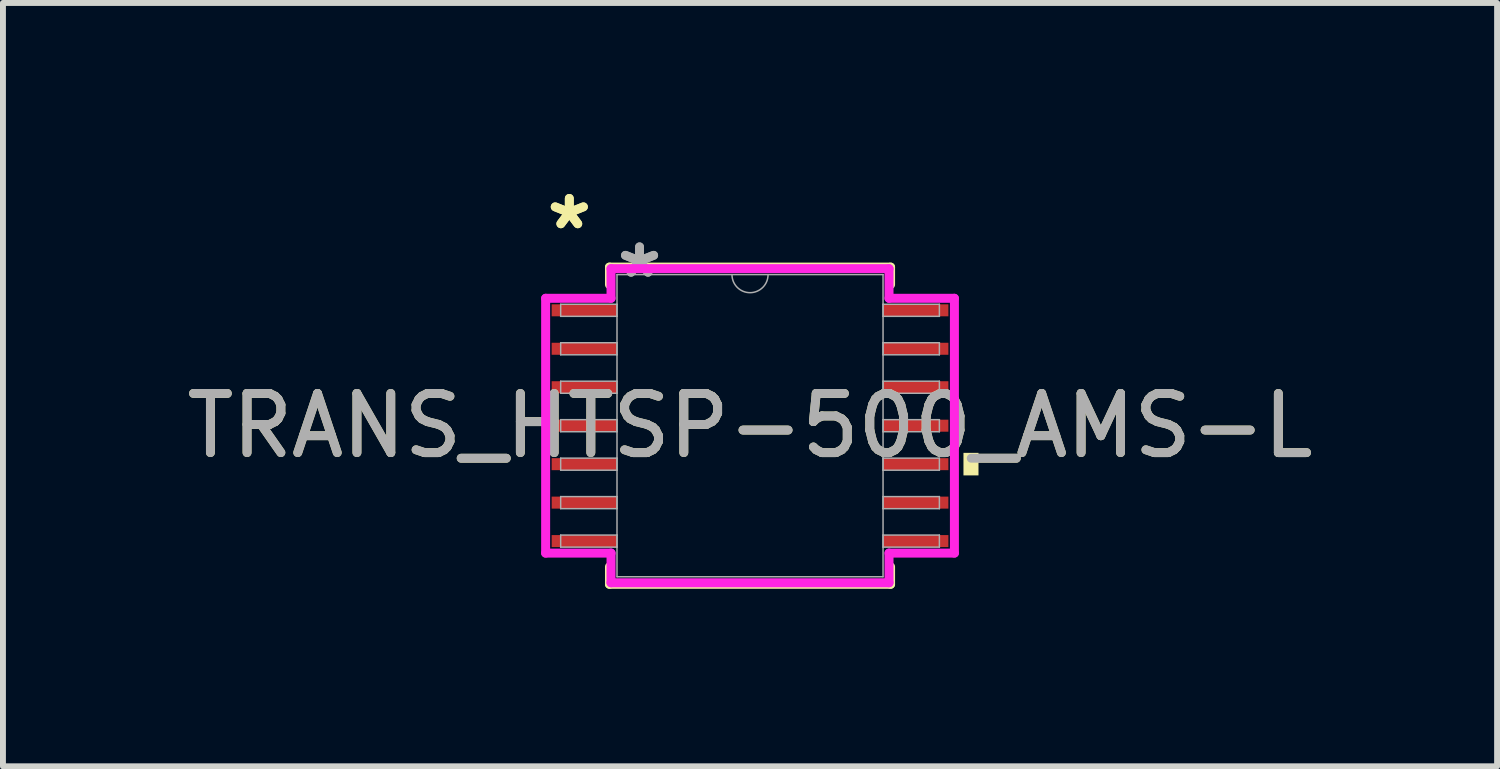
<source format=kicad_pcb>
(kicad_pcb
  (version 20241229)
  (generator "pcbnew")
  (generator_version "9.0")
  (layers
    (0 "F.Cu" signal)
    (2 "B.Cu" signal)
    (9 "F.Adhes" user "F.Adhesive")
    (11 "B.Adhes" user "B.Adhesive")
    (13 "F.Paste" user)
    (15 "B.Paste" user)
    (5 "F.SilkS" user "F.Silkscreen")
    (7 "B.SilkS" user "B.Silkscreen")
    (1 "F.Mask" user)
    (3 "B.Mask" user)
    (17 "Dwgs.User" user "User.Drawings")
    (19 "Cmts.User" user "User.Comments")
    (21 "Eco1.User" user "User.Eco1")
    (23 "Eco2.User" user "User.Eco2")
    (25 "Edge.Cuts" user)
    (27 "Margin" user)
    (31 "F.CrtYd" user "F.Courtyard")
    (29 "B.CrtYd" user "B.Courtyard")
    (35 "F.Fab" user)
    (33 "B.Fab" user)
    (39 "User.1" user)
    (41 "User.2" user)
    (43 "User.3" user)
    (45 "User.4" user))
  (footprint "TRANS_HTSP-500_AMS-L"
    (layer "F.Cu")
    (at 9.625 4.144)
    (property "Reference" "TRANS_HTSP-500_AMS-L" (at 0 0 0) (unlocked yes) (layer "F.SilkS") (effects (font (size 1 1) (thickness 0.15))))
    (attr smd)
    (fp_line (start -2.375 -2.68) (end -2.375 -2.384) (stroke (width 0.152) (type solid)) (layer "F.SilkS"))
    (fp_line (start -2.375 2.384) (end -2.375 2.68) (stroke (width 0.152) (type solid)) (layer "F.SilkS"))
    (fp_line (start -2.375 2.68) (end 2.375 2.68) (stroke (width 0.152) (type solid)) (layer "F.SilkS"))
    (fp_line (start 2.375 -2.68) (end -2.375 -2.68) (stroke (width 0.152) (type solid)) (layer "F.SilkS"))
    (fp_line (start 2.375 -2.384) (end 2.375 -2.68) (stroke (width 0.152) (type solid)) (layer "F.SilkS"))
    (fp_line (start 2.375 2.68) (end 2.375 2.384) (stroke (width 0.152) (type solid)) (layer "F.SilkS"))
    (fp_poly (pts (xy 3.861 0.459) (xy 3.861 0.84) (xy 3.607 0.84) (xy 3.607 0.459)) (stroke (width 0) (type solid)) (fill yes) (layer "F.SilkS"))
    (fp_line (start -3.454 -2.153) (end -2.349 -2.153) (stroke (width 0.152) (type solid)) (layer "F.CrtYd"))
    (fp_line (start -3.454 2.153) (end -3.454 -2.153) (stroke (width 0.152) (type solid)) (layer "F.CrtYd"))
    (fp_line (start -3.454 2.153) (end -2.349 2.153) (stroke (width 0.152) (type solid)) (layer "F.CrtYd"))
    (fp_line (start -2.349 -2.654) (end 2.349 -2.654) (stroke (width 0.152) (type solid)) (layer "F.CrtYd"))
    (fp_line (start -2.349 -2.153) (end -2.349 -2.654) (stroke (width 0.152) (type solid)) (layer "F.CrtYd"))
    (fp_line (start -2.349 2.654) (end -2.349 2.153) (stroke (width 0.152) (type solid)) (layer "F.CrtYd"))
    (fp_line (start 2.349 -2.654) (end 2.349 -2.153) (stroke (width 0.152) (type solid)) (layer "F.CrtYd"))
    (fp_line (start 2.349 2.153) (end 2.349 2.654) (stroke (width 0.152) (type solid)) (layer "F.CrtYd"))
    (fp_line (start 2.349 2.654) (end -2.349 2.654) (stroke (width 0.152) (type solid)) (layer "F.CrtYd"))
    (fp_line (start 3.454 -2.153) (end 2.349 -2.153) (stroke (width 0.152) (type solid)) (layer "F.CrtYd"))
    (fp_line (start 3.454 -2.153) (end 3.454 2.153) (stroke (width 0.152) (type solid)) (layer "F.CrtYd"))
    (fp_line (start 3.454 2.153) (end 2.349 2.153) (stroke (width 0.152) (type solid)) (layer "F.CrtYd"))
    (fp_line (start -3.2 -2.052) (end -3.2 -1.848) (stroke (width 0.025) (type solid)) (layer "F.Fab"))
    (fp_line (start -3.2 -1.848) (end -2.248 -1.848) (stroke (width 0.025) (type solid)) (layer "F.Fab"))
    (fp_line (start -3.2 -1.402) (end -3.2 -1.198) (stroke (width 0.025) (type solid)) (layer "F.Fab"))
    (fp_line (start -3.2 -1.198) (end -2.248 -1.198) (stroke (width 0.025) (type solid)) (layer "F.Fab"))
    (fp_line (start -3.2 -0.752) (end -3.2 -0.548) (stroke (width 0.025) (type solid)) (layer "F.Fab"))
    (fp_line (start -3.2 -0.548) (end -2.248 -0.548) (stroke (width 0.025) (type solid)) (layer "F.Fab"))
    (fp_line (start -3.2 -0.102) (end -3.2 0.102) (stroke (width 0.025) (type solid)) (layer "F.Fab"))
    (fp_line (start -3.2 0.102) (end -2.248 0.102) (stroke (width 0.025) (type solid)) (layer "F.Fab"))
    (fp_line (start -3.2 0.548) (end -3.2 0.752) (stroke (width 0.025) (type solid)) (layer "F.Fab"))
    (fp_line (start -3.2 0.752) (end -2.248 0.752) (stroke (width 0.025) (type solid)) (layer "F.Fab"))
    (fp_line (start -3.2 1.198) (end -3.2 1.402) (stroke (width 0.025) (type solid)) (layer "F.Fab"))
    (fp_line (start -3.2 1.402) (end -2.248 1.402) (stroke (width 0.025) (type solid)) (layer "F.Fab"))
    (fp_line (start -3.2 1.848) (end -3.2 2.052) (stroke (width 0.025) (type solid)) (layer "F.Fab"))
    (fp_line (start -3.2 2.052) (end -2.248 2.052) (stroke (width 0.025) (type solid)) (layer "F.Fab"))
    (fp_line (start -2.248 -2.553) (end -2.248 2.553) (stroke (width 0.025) (type solid)) (layer "F.Fab"))
    (fp_line (start -2.248 -2.052) (end -3.2 -2.052) (stroke (width 0.025) (type solid)) (layer "F.Fab"))
    (fp_line (start -2.248 -1.848) (end -2.248 -2.052) (stroke (width 0.025) (type solid)) (layer "F.Fab"))
    (fp_line (start -2.248 -1.402) (end -3.2 -1.402) (stroke (width 0.025) (type solid)) (layer "F.Fab"))
    (fp_line (start -2.248 -1.198) (end -2.248 -1.402) (stroke (width 0.025) (type solid)) (layer "F.Fab"))
    (fp_line (start -2.248 -0.752) (end -3.2 -0.752) (stroke (width 0.025) (type solid)) (layer "F.Fab"))
    (fp_line (start -2.248 -0.548) (end -2.248 -0.752) (stroke (width 0.025) (type solid)) (layer "F.Fab"))
    (fp_line (start -2.248 -0.102) (end -3.2 -0.102) (stroke (width 0.025) (type solid)) (layer "F.Fab"))
    (fp_line (start -2.248 0.102) (end -2.248 -0.102) (stroke (width 0.025) (type solid)) (layer "F.Fab"))
    (fp_line (start -2.248 0.548) (end -3.2 0.548) (stroke (width 0.025) (type solid)) (layer "F.Fab"))
    (fp_line (start -2.248 0.752) (end -2.248 0.548) (stroke (width 0.025) (type solid)) (layer "F.Fab"))
    (fp_line (start -2.248 1.198) (end -3.2 1.198) (stroke (width 0.025) (type solid)) (layer "F.Fab"))
    (fp_line (start -2.248 1.402) (end -2.248 1.198) (stroke (width 0.025) (type solid)) (layer "F.Fab"))
    (fp_line (start -2.248 1.848) (end -3.2 1.848) (stroke (width 0.025) (type solid)) (layer "F.Fab"))
    (fp_line (start -2.248 2.052) (end -2.248 1.848) (stroke (width 0.025) (type solid)) (layer "F.Fab"))
    (fp_line (start -2.248 2.553) (end 2.248 2.553) (stroke (width 0.025) (type solid)) (layer "F.Fab"))
    (fp_line (start 2.248 -2.553) (end -2.248 -2.553) (stroke (width 0.025) (type solid)) (layer "F.Fab"))
    (fp_line (start 2.248 -2.052) (end 2.248 -1.848) (stroke (width 0.025) (type solid)) (layer "F.Fab"))
    (fp_line (start 2.248 -1.848) (end 3.2 -1.848) (stroke (width 0.025) (type solid)) (layer "F.Fab"))
    (fp_line (start 2.248 -1.402) (end 2.248 -1.198) (stroke (width 0.025) (type solid)) (layer "F.Fab"))
    (fp_line (start 2.248 -1.198) (end 3.2 -1.198) (stroke (width 0.025) (type solid)) (layer "F.Fab"))
    (fp_line (start 2.248 -0.752) (end 2.248 -0.548) (stroke (width 0.025) (type solid)) (layer "F.Fab"))
    (fp_line (start 2.248 -0.548) (end 3.2 -0.548) (stroke (width 0.025) (type solid)) (layer "F.Fab"))
    (fp_line (start 2.248 -0.102) (end 2.248 0.102) (stroke (width 0.025) (type solid)) (layer "F.Fab"))
    (fp_line (start 2.248 0.102) (end 3.2 0.102) (stroke (width 0.025) (type solid)) (layer "F.Fab"))
    (fp_line (start 2.248 0.548) (end 2.248 0.752) (stroke (width 0.025) (type solid)) (layer "F.Fab"))
    (fp_line (start 2.248 0.752) (end 3.2 0.752) (stroke (width 0.025) (type solid)) (layer "F.Fab"))
    (fp_line (start 2.248 1.198) (end 2.248 1.402) (stroke (width 0.025) (type solid)) (layer "F.Fab"))
    (fp_line (start 2.248 1.402) (end 3.2 1.402) (stroke (width 0.025) (type solid)) (layer "F.Fab"))
    (fp_line (start 2.248 1.848) (end 2.248 2.052) (stroke (width 0.025) (type solid)) (layer "F.Fab"))
    (fp_line (start 2.248 2.052) (end 3.2 2.052) (stroke (width 0.025) (type solid)) (layer "F.Fab"))
    (fp_line (start 2.248 2.553) (end 2.248 -2.553) (stroke (width 0.025) (type solid)) (layer "F.Fab"))
    (fp_line (start 3.2 -2.052) (end 2.248 -2.052) (stroke (width 0.025) (type solid)) (layer "F.Fab"))
    (fp_line (start 3.2 -1.848) (end 3.2 -2.052) (stroke (width 0.025) (type solid)) (layer "F.Fab"))
    (fp_line (start 3.2 -1.402) (end 2.248 -1.402) (stroke (width 0.025) (type solid)) (layer "F.Fab"))
    (fp_line (start 3.2 -1.198) (end 3.2 -1.402) (stroke (width 0.025) (type solid)) (layer "F.Fab"))
    (fp_line (start 3.2 -0.752) (end 2.248 -0.752) (stroke (width 0.025) (type solid)) (layer "F.Fab"))
    (fp_line (start 3.2 -0.548) (end 3.2 -0.752) (stroke (width 0.025) (type solid)) (layer "F.Fab"))
    (fp_line (start 3.2 -0.102) (end 2.248 -0.102) (stroke (width 0.025) (type solid)) (layer "F.Fab"))
    (fp_line (start 3.2 0.102) (end 3.2 -0.102) (stroke (width 0.025) (type solid)) (layer "F.Fab"))
    (fp_line (start 3.2 0.548) (end 2.248 0.548) (stroke (width 0.025) (type solid)) (layer "F.Fab"))
    (fp_line (start 3.2 0.752) (end 3.2 0.548) (stroke (width 0.025) (type solid)) (layer "F.Fab"))
    (fp_line (start 3.2 1.198) (end 2.248 1.198) (stroke (width 0.025) (type solid)) (layer "F.Fab"))
    (fp_line (start 3.2 1.402) (end 3.2 1.198) (stroke (width 0.025) (type solid)) (layer "F.Fab"))
    (fp_line (start 3.2 1.848) (end 2.248 1.848) (stroke (width 0.025) (type solid)) (layer "F.Fab"))
    (fp_line (start 3.2 2.052) (end 3.2 1.848) (stroke (width 0.025) (type solid)) (layer "F.Fab"))
    (fp_arc (start 0.3048 -2.5527) (mid 0 -2.2479) (end -0.3048 -2.5527) (stroke (width 0.0254) (type solid)) (layer "F.Fab"))
    (fp_text user "*" (at -3.054 -3.296 0) (layer "F.SilkS") (effects (font (size 1 1) (thickness 0.15))))
    (fp_text user "*" (at -3.054 -3.296 0) (unlocked yes) (layer "F.SilkS") (effects (font (size 1 1) (thickness 0.15))))
    (fp_text user "${REFERENCE}" (at 0 0 0) (unlocked yes) (layer "F.Fab") (effects (font (size 1 1) (thickness 0.15))))
    (fp_text user "*" (at -1.867 -2.477 0) (unlocked yes) (layer "F.Fab") (effects (font (size 1 1) (thickness 0.15))))
    (fp_text user "*" (at -1.867 -2.477 0) (layer "F.Fab") (effects (font (size 1 1) (thickness 0.15))))
    (pad "1" smd rect (at -2.8 -1.95) (size 1.105 0.203) (layers "F.Cu" "F.Mask" "F.Paste"))
    (pad "2" smd rect (at -2.8 -1.3) (size 1.105 0.203) (layers "F.Cu" "F.Mask" "F.Paste"))
    (pad "3" smd rect (at -2.8 -0.65) (size 1.105 0.203) (layers "F.Cu" "F.Mask" "F.Paste"))
    (pad "4" smd rect (at -2.8 0) (size 1.105 0.203) (layers "F.Cu" "F.Mask" "F.Paste"))
    (pad "5" smd rect (at -2.8 0.65) (size 1.105 0.203) (layers "F.Cu" "F.Mask" "F.Paste"))
    (pad "6" smd rect (at -2.8 1.3) (size 1.105 0.203) (layers "F.Cu" "F.Mask" "F.Paste"))
    (pad "7" smd rect (at -2.8 1.95) (size 1.105 0.203) (layers "F.Cu" "F.Mask" "F.Paste"))
    (pad "8" smd rect (at 2.8 1.95) (size 1.105 0.203) (layers "F.Cu" "F.Mask" "F.Paste"))
    (pad "9" smd rect (at 2.8 1.3) (size 1.105 0.203) (layers "F.Cu" "F.Mask" "F.Paste"))
    (pad "10" smd rect (at 2.8 0.65) (size 1.105 0.203) (layers "F.Cu" "F.Mask" "F.Paste"))
    (pad "11" smd rect (at 2.8 0) (size 1.105 0.203) (layers "F.Cu" "F.Mask" "F.Paste"))
    (pad "12" smd rect (at 2.8 -0.65) (size 1.105 0.203) (layers "F.Cu" "F.Mask" "F.Paste"))
    (pad "13" smd rect (at 2.8 -1.3) (size 1.105 0.203) (layers "F.Cu" "F.Mask" "F.Paste"))
    (pad "14" smd rect (at 2.8 -1.95) (size 1.105 0.203) (layers "F.Cu" "F.Mask" "F.Paste")))
  (gr_rect
    (start -3 -3)
    (end 22.25 9.9)
    (stroke (width 0.1) (type default))
    (fill no)
    (layer "Edge.Cuts")))
</source>
